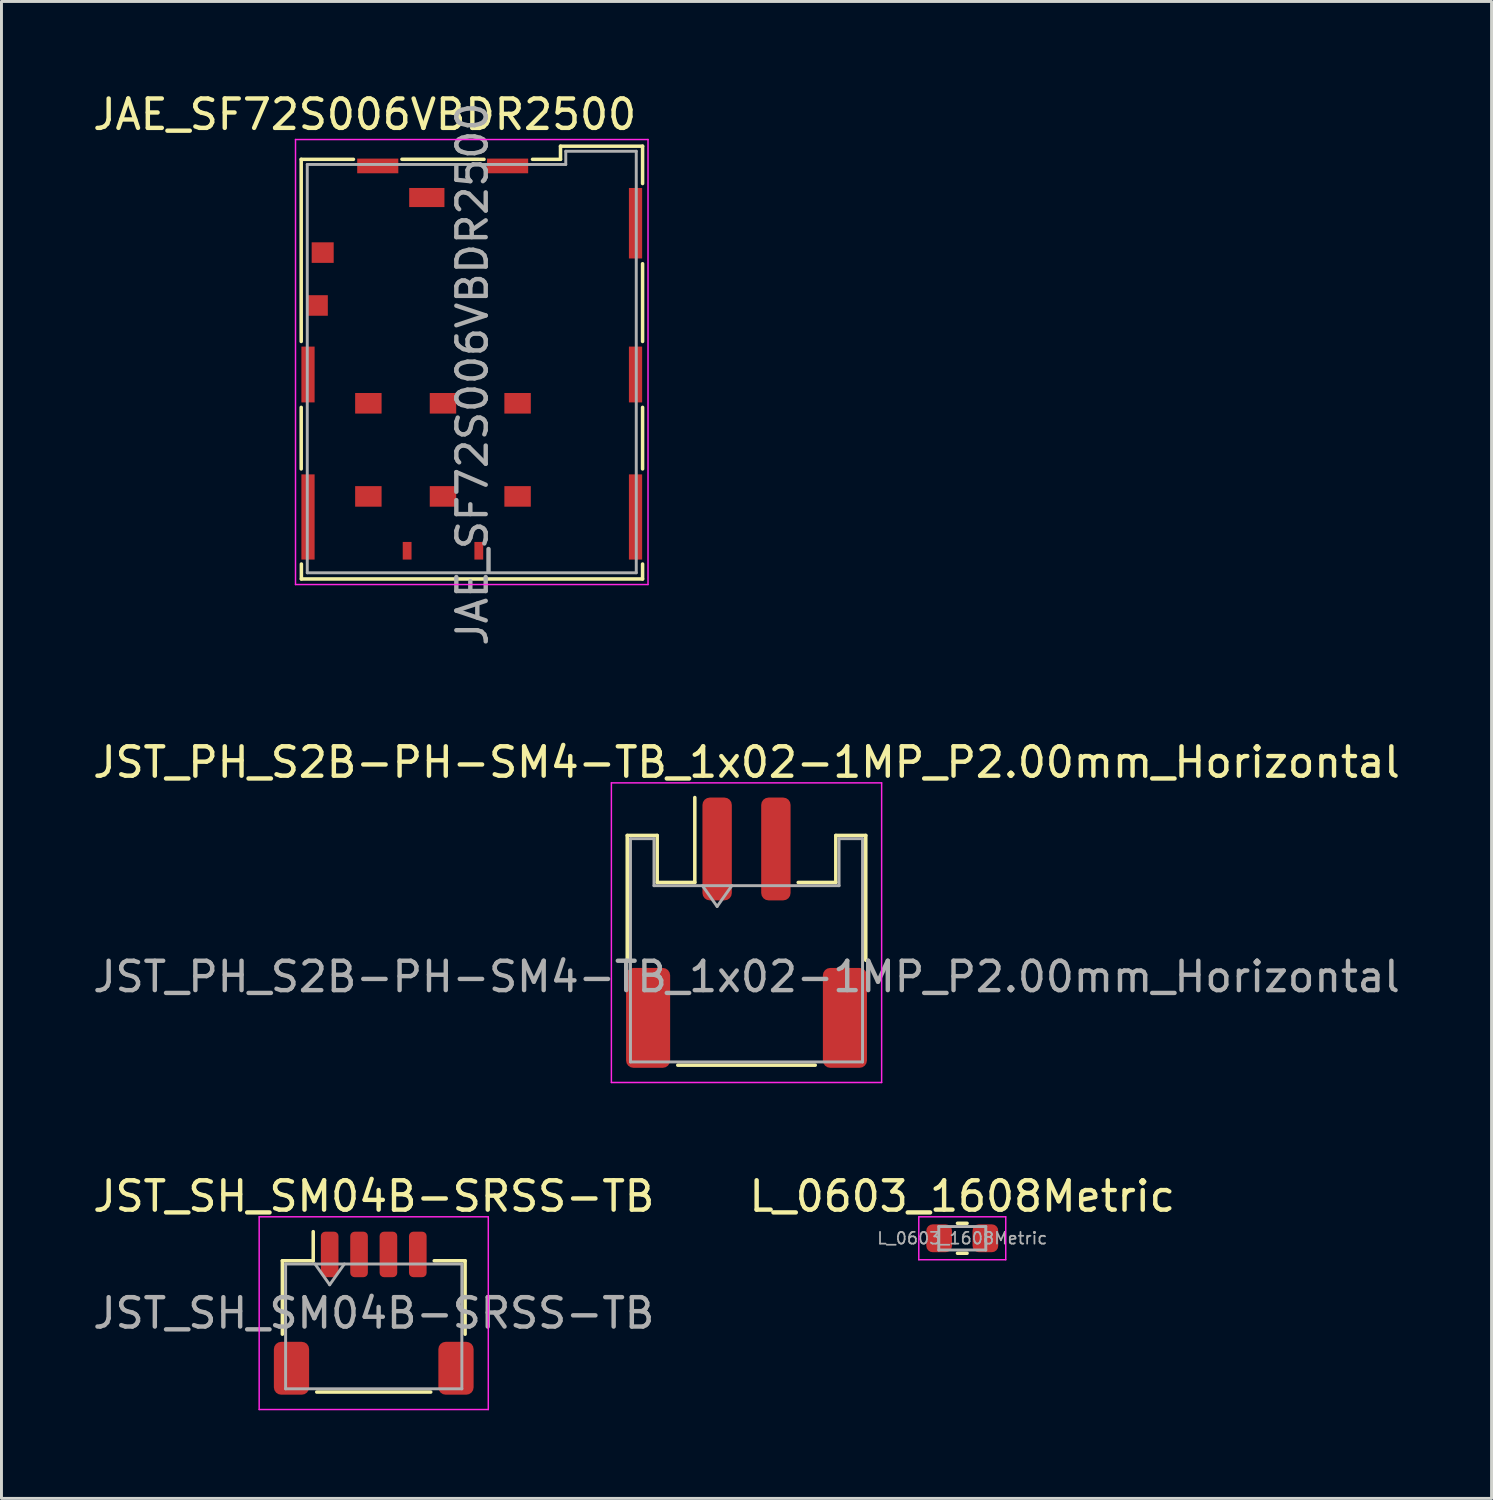
<source format=kicad_pcb>
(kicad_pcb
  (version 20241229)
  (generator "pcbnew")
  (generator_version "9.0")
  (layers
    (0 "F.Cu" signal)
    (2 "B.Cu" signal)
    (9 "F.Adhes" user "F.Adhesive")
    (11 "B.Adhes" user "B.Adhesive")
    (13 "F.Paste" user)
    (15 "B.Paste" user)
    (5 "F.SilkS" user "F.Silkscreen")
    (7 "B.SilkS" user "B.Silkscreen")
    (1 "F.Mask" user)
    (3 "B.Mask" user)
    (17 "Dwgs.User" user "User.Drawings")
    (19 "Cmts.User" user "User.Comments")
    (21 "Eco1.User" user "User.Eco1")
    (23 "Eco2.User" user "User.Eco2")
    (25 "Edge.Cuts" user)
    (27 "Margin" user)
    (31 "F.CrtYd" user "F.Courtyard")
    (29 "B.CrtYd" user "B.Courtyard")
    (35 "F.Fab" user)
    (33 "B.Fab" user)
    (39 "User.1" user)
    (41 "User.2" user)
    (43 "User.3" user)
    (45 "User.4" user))
  (footprint "JST_SH_SM04B-SRSS-TB"
    (layer "F.Cu")
    (at 9.673 41.654)
    (property "Reference" "JST_SH_SM04B-SRSS-TB" (at 0 -3.98 0) (layer "F.SilkS") (effects (font (size 1 1) (thickness 0.15))))
    (attr smd)
    (fp_line (start -3.11 -1.785) (end -2.06 -1.785) (stroke (width 0.12) (type solid)) (layer "F.SilkS"))
    (fp_line (start -3.11 0.715) (end -3.11 -1.785) (stroke (width 0.12) (type solid)) (layer "F.SilkS"))
    (fp_line (start -2.06 -1.785) (end -2.06 -2.775) (stroke (width 0.12) (type solid)) (layer "F.SilkS"))
    (fp_line (start -1.94 2.685) (end 1.94 2.685) (stroke (width 0.12) (type solid)) (layer "F.SilkS"))
    (fp_line (start 3.11 -1.785) (end 2.06 -1.785) (stroke (width 0.12) (type solid)) (layer "F.SilkS"))
    (fp_line (start 3.11 0.715) (end 3.11 -1.785) (stroke (width 0.12) (type solid)) (layer "F.SilkS"))
    (fp_line (start -3.9 -3.28) (end -3.9 3.28) (stroke (width 0.05) (type solid)) (layer "F.CrtYd"))
    (fp_line (start -3.9 3.28) (end 3.9 3.28) (stroke (width 0.05) (type solid)) (layer "F.CrtYd"))
    (fp_line (start 3.9 -3.28) (end -3.9 -3.28) (stroke (width 0.05) (type solid)) (layer "F.CrtYd"))
    (fp_line (start 3.9 3.28) (end 3.9 -3.28) (stroke (width 0.05) (type solid)) (layer "F.CrtYd"))
    (fp_line (start -3 -1.675) (end -3 2.575) (stroke (width 0.1) (type solid)) (layer "F.Fab"))
    (fp_line (start -3 -1.675) (end 3 -1.675) (stroke (width 0.1) (type solid)) (layer "F.Fab"))
    (fp_line (start -3 2.575) (end 3 2.575) (stroke (width 0.1) (type solid)) (layer "F.Fab"))
    (fp_line (start -2 -1.675) (end -1.5 -0.968) (stroke (width 0.1) (type solid)) (layer "F.Fab"))
    (fp_line (start -1.5 -0.968) (end -1 -1.675) (stroke (width 0.1) (type solid)) (layer "F.Fab"))
    (fp_line (start 3 -1.675) (end 3 2.575) (stroke (width 0.1) (type solid)) (layer "F.Fab"))
    (fp_text user "${REFERENCE}" (at 0 0 0) (layer "F.Fab") (effects (font (size 1 1) (thickness 0.15))))
    (pad "1" smd roundrect (at -1.5 -2) (size 0.6 1.55) (layers "F.Cu" "F.Mask" "F.Paste") (roundrect_rratio 0.25))
    (pad "2" smd roundrect (at -0.5 -2) (size 0.6 1.55) (layers "F.Cu" "F.Mask" "F.Paste") (roundrect_rratio 0.25))
    (pad "3" smd roundrect (at 0.5 -2) (size 0.6 1.55) (layers "F.Cu" "F.Mask" "F.Paste") (roundrect_rratio 0.25))
    (pad "4" smd roundrect (at 1.5 -2) (size 0.6 1.55) (layers "F.Cu" "F.Mask" "F.Paste") (roundrect_rratio 0.25))
    (pad "MP" smd roundrect (at -2.8 1.875) (size 1.2 1.8) (layers "F.Cu" "F.Mask" "F.Paste") (roundrect_rratio 0.208))
    (pad "MP" smd roundrect (at 2.8 1.875) (size 1.2 1.8) (layers "F.Cu" "F.Mask" "F.Paste") (roundrect_rratio 0.208)))
  (footprint "L_0603_1608Metric"
    (layer "F.Cu")
    (at 29.708 39.104)
    (property "Reference" "L_0603_1608Metric" (at 0 -1.43 0) (layer "F.SilkS") (effects (font (size 1 1) (thickness 0.15))))
    (attr smd)
    (fp_line (start -0.163 -0.51) (end 0.163 -0.51) (stroke (width 0.12) (type solid)) (layer "F.SilkS"))
    (fp_line (start -0.163 0.51) (end 0.163 0.51) (stroke (width 0.12) (type solid)) (layer "F.SilkS"))
    (fp_line (start -1.48 -0.73) (end 1.48 -0.73) (stroke (width 0.05) (type solid)) (layer "F.CrtYd"))
    (fp_line (start -1.48 0.73) (end -1.48 -0.73) (stroke (width 0.05) (type solid)) (layer "F.CrtYd"))
    (fp_line (start 1.48 -0.73) (end 1.48 0.73) (stroke (width 0.05) (type solid)) (layer "F.CrtYd"))
    (fp_line (start 1.48 0.73) (end -1.48 0.73) (stroke (width 0.05) (type solid)) (layer "F.CrtYd"))
    (fp_line (start -0.8 -0.4) (end 0.8 -0.4) (stroke (width 0.1) (type solid)) (layer "F.Fab"))
    (fp_line (start -0.8 0.4) (end -0.8 -0.4) (stroke (width 0.1) (type solid)) (layer "F.Fab"))
    (fp_line (start 0.8 -0.4) (end 0.8 0.4) (stroke (width 0.1) (type solid)) (layer "F.Fab"))
    (fp_line (start 0.8 0.4) (end -0.8 0.4) (stroke (width 0.1) (type solid)) (layer "F.Fab"))
    (fp_text user "${REFERENCE}" (at 0 0 0) (layer "F.Fab") (effects (font (size 0.4 0.4) (thickness 0.06))))
    (pad "1" smd roundrect (at -0.787 0) (size 0.875 0.95) (layers "F.Cu" "F.Mask" "F.Paste") (roundrect_rratio 0.25))
    (pad "2" smd roundrect (at 0.787 0) (size 0.875 0.95) (layers "F.Cu" "F.Mask" "F.Paste") (roundrect_rratio 0.25)))
  (footprint "JST_PH_S2B-PH-SM4-TB_1x02-1MP_P2.00mm_Horizontal"
    (layer "F.Cu")
    (at 22.363 28.701)
    (property "Reference" "JST_PH_S2B-PH-SM4-TB_1x02-1MP_P2.00mm_Horizontal" (at 0 -5.8 0) (layer "F.SilkS") (effects (font (size 1 1) (thickness 0.15))))
    (attr smd)
    (fp_line (start -4.06 -3.31) (end -3.04 -3.31) (stroke (width 0.12) (type solid)) (layer "F.SilkS"))
    (fp_line (start -4.06 0.94) (end -4.06 -3.31) (stroke (width 0.12) (type solid)) (layer "F.SilkS"))
    (fp_line (start -3.04 -3.31) (end -3.04 -1.71) (stroke (width 0.12) (type solid)) (layer "F.SilkS"))
    (fp_line (start -3.04 -1.71) (end -1.76 -1.71) (stroke (width 0.12) (type solid)) (layer "F.SilkS"))
    (fp_line (start -2.34 4.51) (end 2.34 4.51) (stroke (width 0.12) (type solid)) (layer "F.SilkS"))
    (fp_line (start -1.76 -1.71) (end -1.76 -4.6) (stroke (width 0.12) (type solid)) (layer "F.SilkS"))
    (fp_line (start 3.04 -3.31) (end 3.04 -1.71) (stroke (width 0.12) (type solid)) (layer "F.SilkS"))
    (fp_line (start 3.04 -1.71) (end 1.76 -1.71) (stroke (width 0.12) (type solid)) (layer "F.SilkS"))
    (fp_line (start 4.06 -3.31) (end 3.04 -3.31) (stroke (width 0.12) (type solid)) (layer "F.SilkS"))
    (fp_line (start 4.06 0.94) (end 4.06 -3.31) (stroke (width 0.12) (type solid)) (layer "F.SilkS"))
    (fp_line (start -4.6 -5.1) (end -4.6 5.1) (stroke (width 0.05) (type solid)) (layer "F.CrtYd"))
    (fp_line (start -4.6 5.1) (end 4.6 5.1) (stroke (width 0.05) (type solid)) (layer "F.CrtYd"))
    (fp_line (start 4.6 -5.1) (end -4.6 -5.1) (stroke (width 0.05) (type solid)) (layer "F.CrtYd"))
    (fp_line (start 4.6 5.1) (end 4.6 -5.1) (stroke (width 0.05) (type solid)) (layer "F.CrtYd"))
    (fp_line (start -3.95 -3.2) (end -3.95 4.4) (stroke (width 0.1) (type solid)) (layer "F.Fab"))
    (fp_line (start -3.95 -3.2) (end -3.15 -3.2) (stroke (width 0.1) (type solid)) (layer "F.Fab"))
    (fp_line (start -3.95 4.4) (end 3.95 4.4) (stroke (width 0.1) (type solid)) (layer "F.Fab"))
    (fp_line (start -3.15 -3.2) (end -3.15 -1.6) (stroke (width 0.1) (type solid)) (layer "F.Fab"))
    (fp_line (start -3.15 -1.6) (end 3.15 -1.6) (stroke (width 0.1) (type solid)) (layer "F.Fab"))
    (fp_line (start -1.5 -1.6) (end -1 -0.893) (stroke (width 0.1) (type solid)) (layer "F.Fab"))
    (fp_line (start -1 -0.893) (end -0.5 -1.6) (stroke (width 0.1) (type solid)) (layer "F.Fab"))
    (fp_line (start 3.15 -3.2) (end 3.95 -3.2) (stroke (width 0.1) (type solid)) (layer "F.Fab"))
    (fp_line (start 3.15 -1.6) (end 3.15 -3.2) (stroke (width 0.1) (type solid)) (layer "F.Fab"))
    (fp_line (start 3.95 -3.2) (end 3.95 4.4) (stroke (width 0.1) (type solid)) (layer "F.Fab"))
    (fp_text user "${REFERENCE}" (at 0 1.5 0) (layer "F.Fab") (effects (font (size 1 1) (thickness 0.15))))
    (pad "1" smd roundrect (at -1 -2.85) (size 1 3.5) (layers "F.Cu" "F.Mask" "F.Paste") (roundrect_rratio 0.25))
    (pad "2" smd roundrect (at 1 -2.85) (size 1 3.5) (layers "F.Cu" "F.Mask" "F.Paste") (roundrect_rratio 0.25))
    (pad "G1" smd roundrect (at -3.35 2.9) (size 1.5 3.4) (layers "F.Cu" "F.Mask" "F.Paste") (roundrect_rratio 0.167))
    (pad "G2" smd roundrect (at 3.35 2.9) (size 1.5 3.4) (layers "F.Cu" "F.Mask" "F.Paste") (roundrect_rratio 0.167)))
  (footprint "JAE_SF72S006VBDR2500"
    (layer "F.Cu")
    (at 14.03 7.389)
    (property "Reference" "JAE_SF72S006VBDR2500" (at -4.667 -6.541 0) (layer "F.SilkS") (effects (font (size 1 1) (thickness 0.15))))
    (attr smd)
    (fp_line (start -6.826 -5.015) (end -5.048 -5.015) (stroke (width 0.12) (type solid)) (layer "F.SilkS"))
    (fp_line (start -6.826 1.185) (end -6.826 -5.015) (stroke (width 0.12) (type solid)) (layer "F.SilkS"))
    (fp_line (start -6.826 5.524) (end -6.826 3.429) (stroke (width 0.12) (type solid)) (layer "F.SilkS"))
    (fp_line (start -6.82 9.271) (end -6.82 8.762) (stroke (width 0.12) (type solid)) (layer "F.SilkS"))
    (fp_line (start -6.82 9.271) (end 4.795 9.271) (stroke (width 0.12) (type solid)) (layer "F.SilkS"))
    (fp_line (start -3.397 -5.017) (end -0.603 -5.015) (stroke (width 0.12) (type solid)) (layer "F.SilkS"))
    (fp_line (start 1.048 -5.015) (end 2.001 -5.015) (stroke (width 0.12) (type solid)) (layer "F.SilkS"))
    (fp_line (start 2.001 -5.462) (end 2.001 -5.017) (stroke (width 0.12) (type solid)) (layer "F.SilkS"))
    (fp_line (start 2.001 -5.462) (end 4.795 -5.462) (stroke (width 0.12) (type solid)) (layer "F.SilkS"))
    (fp_line (start 4.795 -5.462) (end 4.795 -4.191) (stroke (width 0.12) (type solid)) (layer "F.SilkS"))
    (fp_line (start 4.795 -1.461) (end 4.795 1.185) (stroke (width 0.12) (type solid)) (layer "F.SilkS"))
    (fp_line (start 4.795 3.429) (end 4.795 5.524) (stroke (width 0.12) (type solid)) (layer "F.SilkS"))
    (fp_line (start 4.795 8.762) (end 4.795 9.271) (stroke (width 0.12) (type solid)) (layer "F.SilkS"))
    (fp_line (start -7.02 -5.69) (end -7.02 9.46) (stroke (width 0.05) (type solid)) (layer "F.CrtYd"))
    (fp_line (start -7.02 9.46) (end 4.98 9.46) (stroke (width 0.05) (type solid)) (layer "F.CrtYd"))
    (fp_line (start 4.98 -5.69) (end -7.02 -5.69) (stroke (width 0.05) (type solid)) (layer "F.CrtYd"))
    (fp_line (start 4.98 9.46) (end 4.98 -5.69) (stroke (width 0.05) (type solid)) (layer "F.CrtYd"))
    (fp_line (start -6.62 -4.84) (end 2.18 -4.84) (stroke (width 0.1) (type solid)) (layer "F.Fab"))
    (fp_line (start -6.62 9.06) (end -6.62 -4.84) (stroke (width 0.1) (type solid)) (layer "F.Fab"))
    (fp_line (start -6.62 9.06) (end 4.58 9.06) (stroke (width 0.1) (type solid)) (layer "F.Fab"))
    (fp_line (start 2.18 -5.29) (end 4.58 -5.29) (stroke (width 0.1) (type solid)) (layer "F.Fab"))
    (fp_line (start 2.18 -4.84) (end 2.18 -5.29) (stroke (width 0.1) (type solid)) (layer "F.Fab"))
    (fp_line (start 4.58 -5.29) (end 4.58 9.06) (stroke (width 0.1) (type solid)) (layer "F.Fab"))
    (fp_text user "${REFERENCE}" (at -1 2.3 90) (layer "F.Fab") (effects (font (size 1 1) (thickness 0.15))))
    (pad "C1" smd rect (at 0.54 6.46) (size 0.9 0.7) (layers "F.Cu" "F.Mask" "F.Paste"))
    (pad "C2" smd rect (at -2 6.46) (size 0.9 0.7) (layers "F.Cu" "F.Mask" "F.Paste"))
    (pad "C3" smd rect (at -4.54 6.46) (size 0.9 0.7) (layers "F.Cu" "F.Mask" "F.Paste"))
    (pad "C5" smd rect (at 0.54 3.29) (size 0.9 0.7) (layers "F.Cu" "F.Mask" "F.Paste"))
    (pad "C6" smd rect (at -2 3.29) (size 0.9 0.7) (layers "F.Cu" "F.Mask" "F.Paste"))
    (pad "C7" smd rect (at -4.54 3.29) (size 0.9 0.7) (layers "F.Cu" "F.Mask" "F.Paste"))
    (pad "CSW" smd rect (at -6.27 -0.04) (size 0.7 0.7) (layers "F.Cu" "F.Mask" "F.Paste"))
    (pad "DSW" smd rect (at -2.55 -3.715) (size 1.2 0.65) (layers "F.Cu" "F.Mask" "F.Paste"))
    (pad "SH" smd rect (at -6.595 2.31) (size 0.45 1.9) (layers "F.Cu" "F.Mask" "F.Paste"))
    (pad "SH" smd rect (at -6.595 7.16) (size 0.45 2.9) (layers "F.Cu" "F.Mask" "F.Paste"))
    (pad "SH" smd rect (at -6.095 -1.84) (size 0.75 0.7) (layers "F.Cu" "F.Mask" "F.Paste"))
    (pad "SH" smd rect (at -4.22 -4.79) (size 1.4 0.5) (layers "F.Cu" "F.Mask" "F.Paste"))
    (pad "SH" smd rect (at -3.22 8.31) (size 0.3 0.6) (layers "F.Cu" "F.Mask" "F.Paste"))
    (pad "SH" smd rect (at -0.78 8.31) (size 0.3 0.6) (layers "F.Cu" "F.Mask" "F.Paste"))
    (pad "SH" smd rect (at 0.2 -4.79) (size 1.4 0.5) (layers "F.Cu" "F.Mask" "F.Paste"))
    (pad "SH" smd rect (at 4.555 -2.84) (size 0.45 2.4) (layers "F.Cu" "F.Mask" "F.Paste"))
    (pad "SH" smd rect (at 4.555 2.31) (size 0.45 1.9) (layers "F.Cu" "F.Mask" "F.Paste"))
    (pad "SH" smd rect (at 4.555 7.16) (size 0.45 2.9) (layers "F.Cu" "F.Mask" "F.Paste")))
  (gr_rect
    (start -3 -3)
    (end 47.726 47.959)
    (stroke (width 0.1) (type default))
    (fill no)
    (layer "Edge.Cuts")))
</source>
